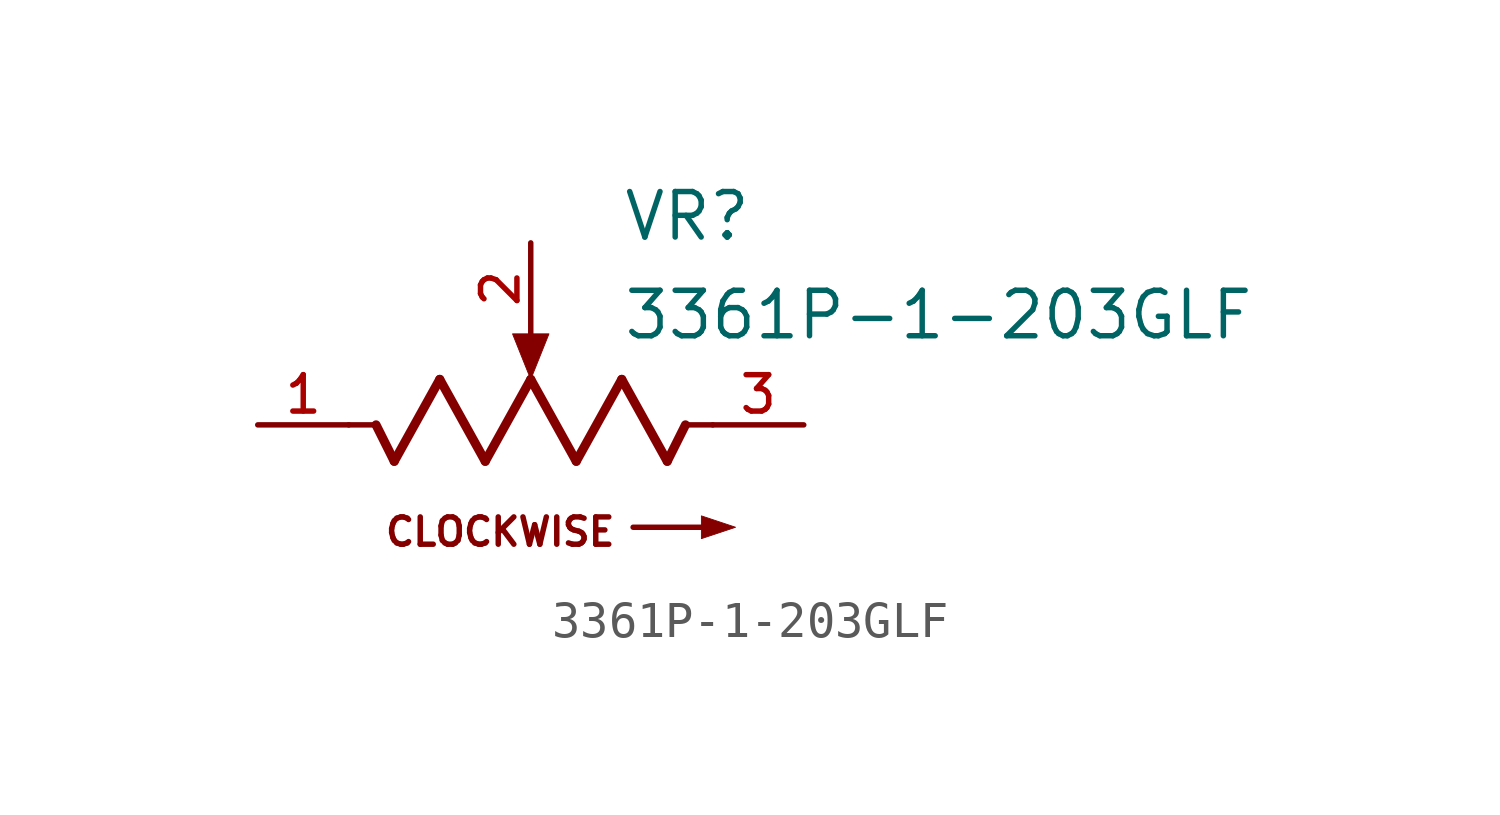
<source format=kicad_sym>
(kicad_symbol_lib
  (version 20211014)
  (generator kicad_symbol_editor)
  (symbol "3361P-1-203GLF"
    (pin_names
      (offset 1.016))
    (property "Reference" "VR"
      (at 2.54 5.08 0)
      (effects (font (size 1.27 1.27)) (justify bottom left)))
    (property "Value" "3361P-1-203GLF"
      (at 2.54 3.81 0)
      (effects (font (size 1.27 1.27)) (justify top left)))
    (symbol "3361P-1-203GLF_0_0"
      (polyline (pts (xy 5.08 0.0) (xy 4.318 0.0)) (stroke (width 0.152)))
      (polyline (pts (xy 4.318 0.0) (xy 3.81 -1.016)) (stroke (width 0.254)))
      (polyline (pts (xy 3.81 -1.016) (xy 2.54 1.27)) (stroke (width 0.254)))
      (polyline (pts (xy 2.54 1.27) (xy 1.27 -1.016)) (stroke (width 0.254)))
      (polyline (pts (xy 1.27 -1.016) (xy 0.0 1.27)) (stroke (width 0.254)))
      (polyline (pts (xy 0.0 1.27) (xy -1.27 -1.016)) (stroke (width 0.254)))
      (polyline (pts (xy -1.27 -1.016) (xy -2.54 1.27)) (stroke (width 0.254)))
      (polyline (pts (xy -2.54 1.27) (xy -3.81 -1.016)) (stroke (width 0.254)))
      (polyline (pts (xy -3.81 -1.016) (xy -4.318 0.0)) (stroke (width 0.254)))
      (polyline (pts (xy -4.318 0.0) (xy -5.08 0.0)) (stroke (width 0.152)))
      (polyline (pts (xy 0.508 2.54) (xy -0.508 2.54) (xy 0.0 1.27) (xy 0.508 2.54)) (stroke (width 0.025)) (fill (type outline)))
      (text "CLOCKWISE" (at -4.128 -2.54 0) (effects (font (size 0.762 0.762)) (justify top left)))
      (polyline (pts (xy 2.857 -2.857) (xy 4.763 -2.857)) (stroke (width 0.152)))
      (polyline (pts (xy 4.763 -2.54) (xy 4.763 -3.175) (xy 5.715 -2.857) (xy 4.763 -2.54)) (stroke (width 0.025)) (fill (type outline)))
      (pin passive line (at 7.62 0.0 180.0) (length 2.54) (name "~" (effects (font (size 1.016 1.016)))) (number "3" (effects (font (size 1.016 1.016)))))
      (pin passive line (at -7.62 0.0 0) (length 2.54) (name "~" (effects (font (size 1.016 1.016)))) (number "1" (effects (font (size 1.016 1.016)))))
      (pin passive line (at 0.0 5.08 270.0) (length 2.54) (name "~" (effects (font (size 1.016 1.016)))) (number "2" (effects (font (size 1.016 1.016))))))))
</source>
